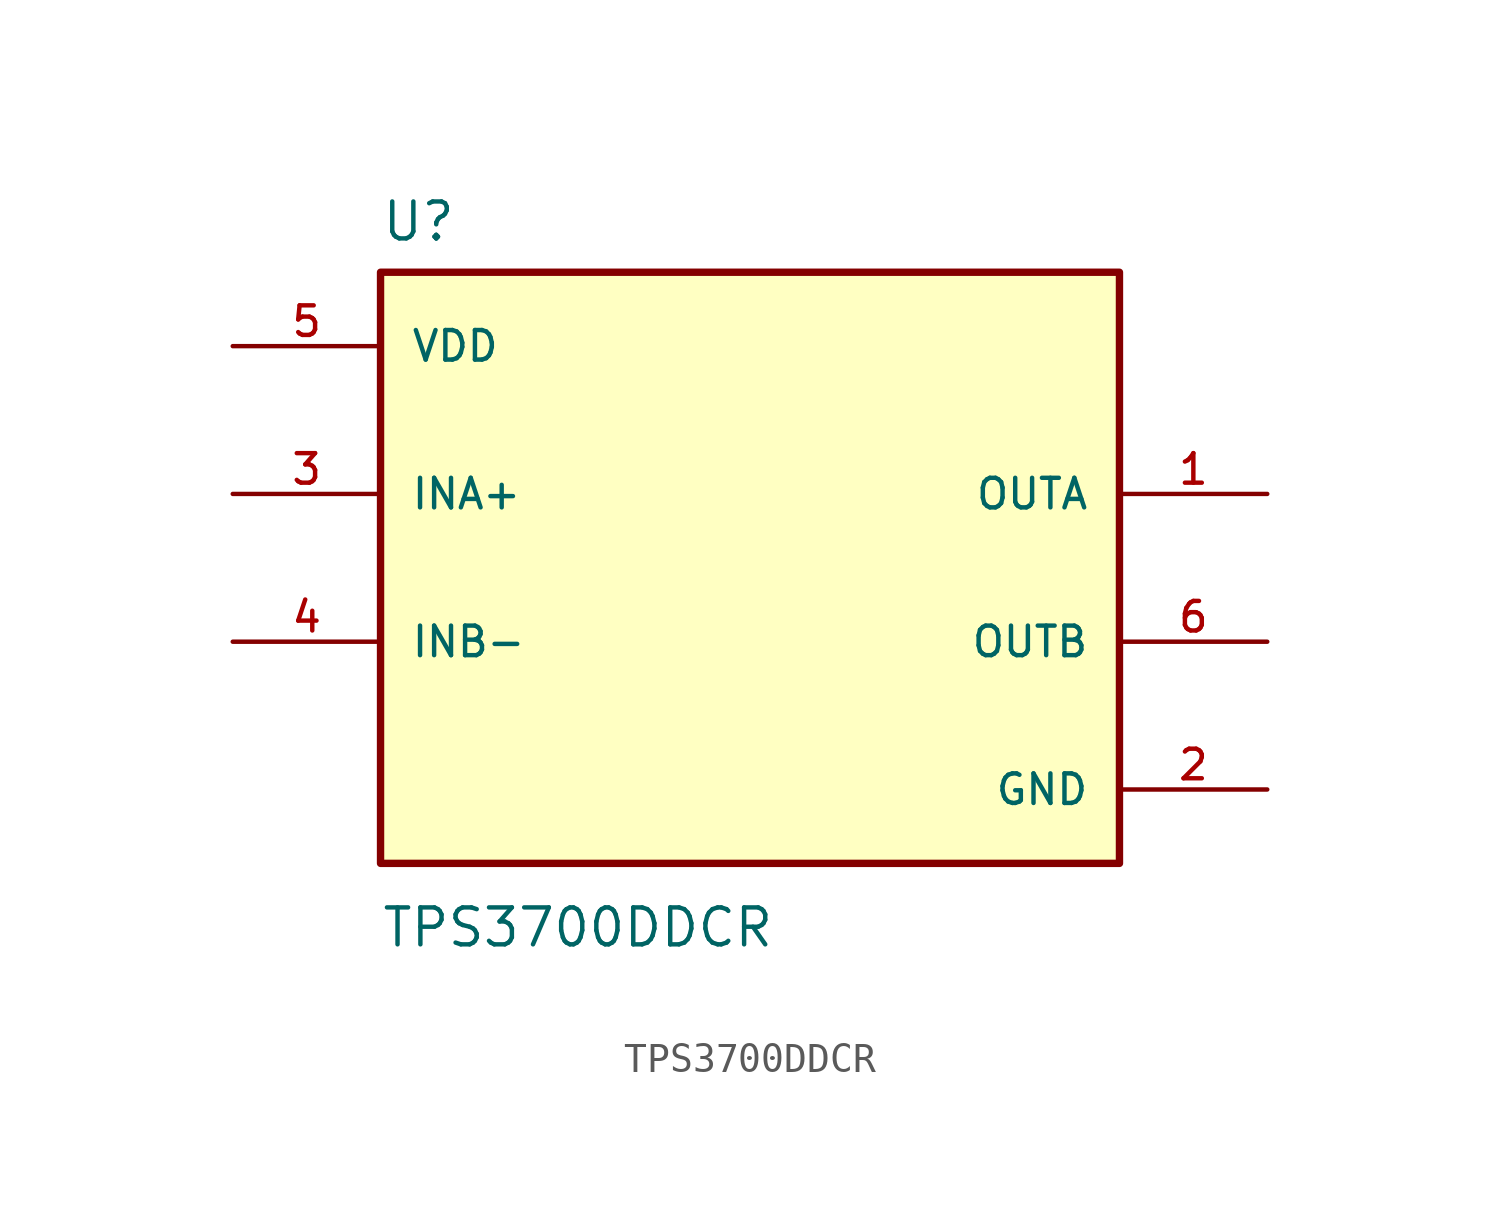
<source format=kicad_sym>
(kicad_symbol_lib
  (version 20211014)
  (generator kicad_symbol_editor)
  (symbol "TPS3700DDCR"
    (pin_names
      (offset 1.016))
    (property "Reference" "U"
      (at -12.7 11.16 0.0)
      (effects (font (size 1.27 1.27)) (justify bottom left)))
    (property "Value" "TPS3700DDCR"
      (at -12.7 -11.62 0.0)
      (effects (font (size 1.27 1.27)) (justify top left)))
    (symbol "TPS3700DDCR_0_0"
      (rectangle (start -12.7 -10.16) (end 12.7 10.16) (stroke (width 0.254)) (fill (type background)))
      (pin power_in line (at -17.78 7.62 0) (length 5.08) (name "VDD" (effects (font (size 1.016 1.016)))) (number "5" (effects (font (size 1.016 1.016)))))
      (pin input line (at -17.78 2.54 0) (length 5.08) (name "INA+" (effects (font (size 1.016 1.016)))) (number "3" (effects (font (size 1.016 1.016)))))
      (pin output line (at 17.78 2.54 180.0) (length 5.08) (name "OUTA" (effects (font (size 1.016 1.016)))) (number "1" (effects (font (size 1.016 1.016)))))
      (pin output line (at 17.78 -2.54 180.0) (length 5.08) (name "OUTB" (effects (font (size 1.016 1.016)))) (number "6" (effects (font (size 1.016 1.016)))))
      (pin input line (at -17.78 -2.54 0) (length 5.08) (name "INB-" (effects (font (size 1.016 1.016)))) (number "4" (effects (font (size 1.016 1.016)))))
      (pin power_in line (at 17.78 -7.62 180.0) (length 5.08) (name "GND" (effects (font (size 1.016 1.016)))) (number "2" (effects (font (size 1.016 1.016))))))))
</source>
